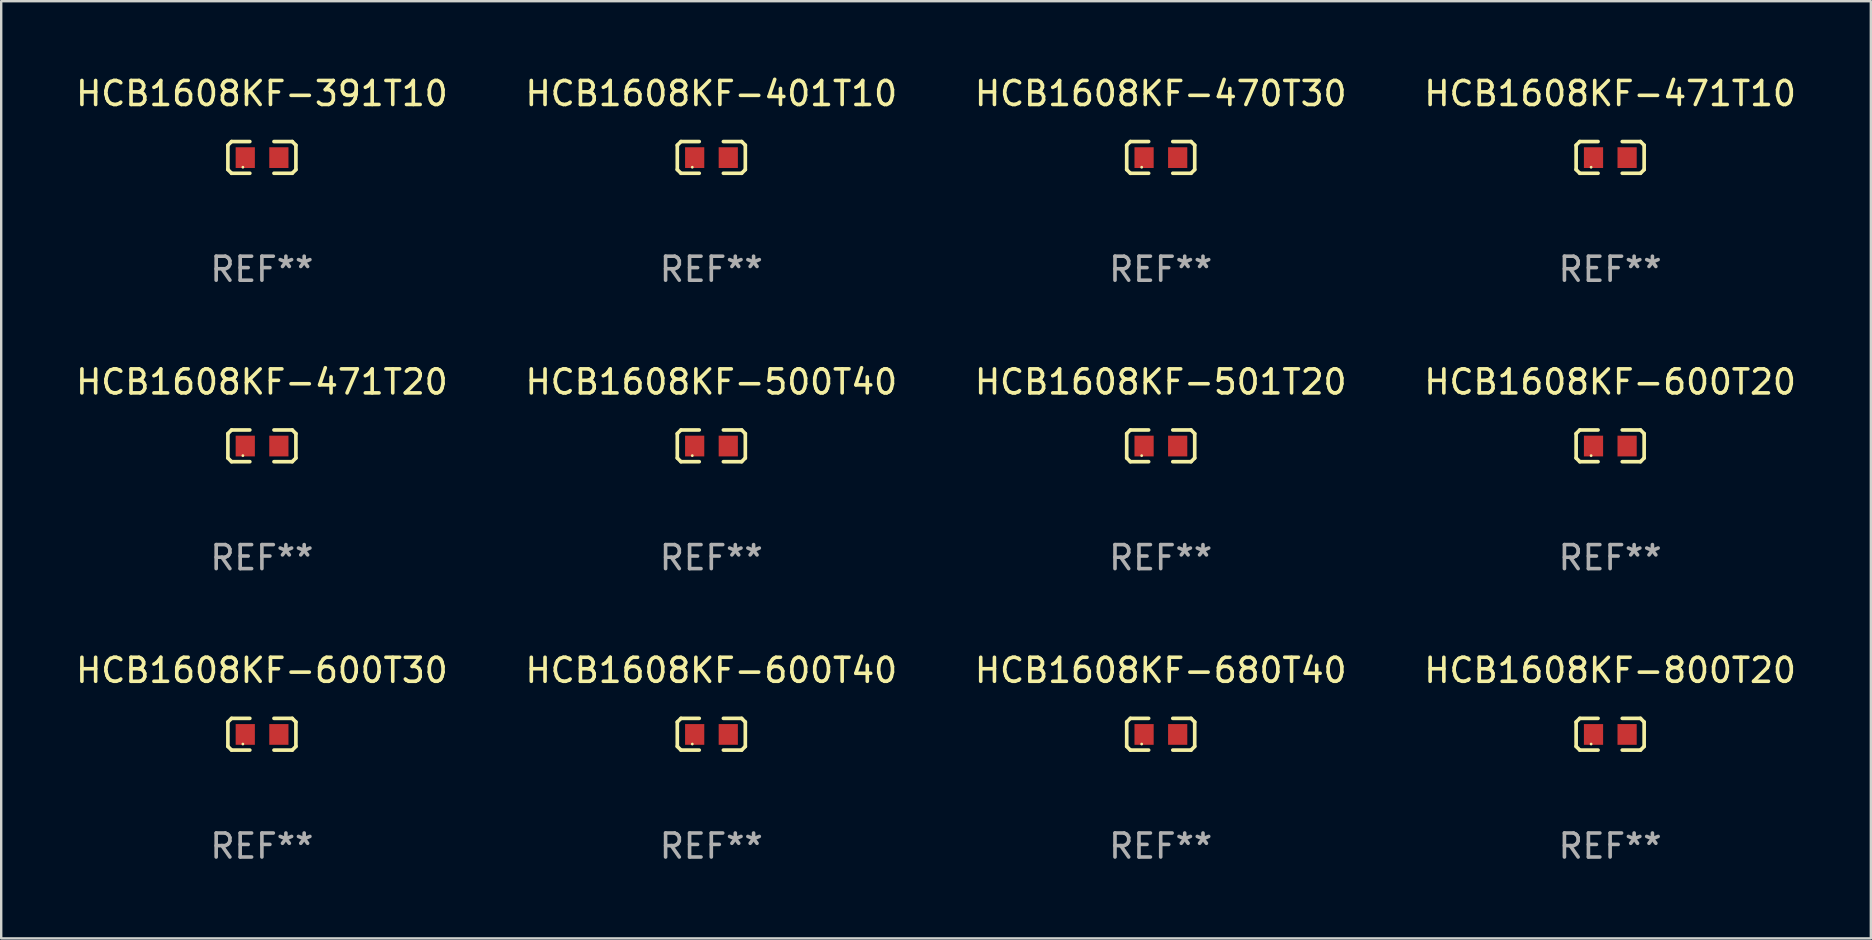
<source format=kicad_pcb>
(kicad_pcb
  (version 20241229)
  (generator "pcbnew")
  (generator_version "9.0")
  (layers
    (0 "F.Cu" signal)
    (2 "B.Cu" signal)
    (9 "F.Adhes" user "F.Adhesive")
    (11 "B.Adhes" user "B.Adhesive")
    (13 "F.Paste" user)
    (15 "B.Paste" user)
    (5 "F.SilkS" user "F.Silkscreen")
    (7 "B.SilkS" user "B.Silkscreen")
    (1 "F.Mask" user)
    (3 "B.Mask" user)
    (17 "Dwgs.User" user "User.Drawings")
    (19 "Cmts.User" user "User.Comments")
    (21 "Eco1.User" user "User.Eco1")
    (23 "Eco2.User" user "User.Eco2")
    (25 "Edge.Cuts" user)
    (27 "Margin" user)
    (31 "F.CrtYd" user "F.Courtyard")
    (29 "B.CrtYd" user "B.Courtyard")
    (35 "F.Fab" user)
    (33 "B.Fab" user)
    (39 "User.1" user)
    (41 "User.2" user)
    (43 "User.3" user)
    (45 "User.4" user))
  (footprint "HCB1608KF-471T20"
    (layer "F.Cu")
    (at 7.863 15.527)
    (property "Reference" "HCB1608KF-471T20" (at 0 -2.661 0) (layer "F.SilkS") (effects (font (size 1 1) (thickness 0.15))))
    (attr through_hole)
    (fp_line (start -1.417 -0.508) (end -1.265 -0.661) (stroke (width 0.152) (type solid)) (layer "F.SilkS"))
    (fp_line (start -1.417 0.508) (end -1.417 -0.508) (stroke (width 0.152) (type solid)) (layer "F.SilkS"))
    (fp_line (start -1.265 -0.661) (end -0.503 -0.661) (stroke (width 0.152) (type solid)) (layer "F.SilkS"))
    (fp_line (start -1.265 0.661) (end -1.417 0.508) (stroke (width 0.152) (type solid)) (layer "F.SilkS"))
    (fp_line (start -1.265 0.661) (end -0.503 0.661) (stroke (width 0.152) (type solid)) (layer "F.SilkS"))
    (fp_line (start 1.265 -0.661) (end 0.503 -0.661) (stroke (width 0.152) (type solid)) (layer "F.SilkS"))
    (fp_line (start 1.265 -0.661) (end 1.417 -0.508) (stroke (width 0.152) (type solid)) (layer "F.SilkS"))
    (fp_line (start 1.265 0.661) (end 0.503 0.661) (stroke (width 0.152) (type solid)) (layer "F.SilkS"))
    (fp_line (start 1.417 -0.508) (end 1.417 0.508) (stroke (width 0.152) (type solid)) (layer "F.SilkS"))
    (fp_line (start 1.417 0.508) (end 1.265 0.661) (stroke (width 0.152) (type solid)) (layer "F.SilkS"))
    (fp_circle (center -0.793 0.409) (end -0.763 0.409) (stroke (width 0.06) (type solid)) (fill no) (layer "F.SilkS"))
    (fp_text user "REF**" (at 0 4.661 0) (layer "F.Fab") (effects (font (size 1 1) (thickness 0.15))))
    (pad "1" smd rect (at -0.693 0.009 180) (size 0.8 0.864) (layers "F.Cu" "F.Mask" "F.Paste"))
    (pad "2" smd rect (at 0.707 0.009 180) (size 0.8 0.864) (layers "F.Cu" "F.Mask" "F.Paste")))
  (footprint "HCB1608KF-800T20"
    (layer "F.Cu")
    (at 64.042 27.544)
    (property "Reference" "HCB1608KF-800T20" (at 0 -2.661 0) (layer "F.SilkS") (effects (font (size 1 1) (thickness 0.15))))
    (attr through_hole)
    (fp_line (start -1.417 -0.508) (end -1.265 -0.661) (stroke (width 0.152) (type solid)) (layer "F.SilkS"))
    (fp_line (start -1.417 0.508) (end -1.417 -0.508) (stroke (width 0.152) (type solid)) (layer "F.SilkS"))
    (fp_line (start -1.265 -0.661) (end -0.503 -0.661) (stroke (width 0.152) (type solid)) (layer "F.SilkS"))
    (fp_line (start -1.265 0.661) (end -1.417 0.508) (stroke (width 0.152) (type solid)) (layer "F.SilkS"))
    (fp_line (start -1.265 0.661) (end -0.503 0.661) (stroke (width 0.152) (type solid)) (layer "F.SilkS"))
    (fp_line (start 1.265 -0.661) (end 0.503 -0.661) (stroke (width 0.152) (type solid)) (layer "F.SilkS"))
    (fp_line (start 1.265 -0.661) (end 1.417 -0.508) (stroke (width 0.152) (type solid)) (layer "F.SilkS"))
    (fp_line (start 1.265 0.661) (end 0.503 0.661) (stroke (width 0.152) (type solid)) (layer "F.SilkS"))
    (fp_line (start 1.417 -0.508) (end 1.417 0.508) (stroke (width 0.152) (type solid)) (layer "F.SilkS"))
    (fp_line (start 1.417 0.508) (end 1.265 0.661) (stroke (width 0.152) (type solid)) (layer "F.SilkS"))
    (fp_circle (center -0.793 0.409) (end -0.763 0.409) (stroke (width 0.06) (type solid)) (fill no) (layer "F.SilkS"))
    (fp_text user "REF**" (at 0 4.661 0) (layer "F.Fab") (effects (font (size 1 1) (thickness 0.15))))
    (pad "1" smd rect (at -0.693 0.009 180) (size 0.8 0.864) (layers "F.Cu" "F.Mask" "F.Paste"))
    (pad "2" smd rect (at 0.707 0.009 180) (size 0.8 0.864) (layers "F.Cu" "F.Mask" "F.Paste")))
  (footprint "HCB1608KF-680T40"
    (layer "F.Cu")
    (at 45.315 27.544)
    (property "Reference" "HCB1608KF-680T40" (at 0 -2.661 0) (layer "F.SilkS") (effects (font (size 1 1) (thickness 0.15))))
    (attr through_hole)
    (fp_line (start -1.417 -0.508) (end -1.265 -0.661) (stroke (width 0.152) (type solid)) (layer "F.SilkS"))
    (fp_line (start -1.417 0.508) (end -1.417 -0.508) (stroke (width 0.152) (type solid)) (layer "F.SilkS"))
    (fp_line (start -1.265 -0.661) (end -0.503 -0.661) (stroke (width 0.152) (type solid)) (layer "F.SilkS"))
    (fp_line (start -1.265 0.661) (end -1.417 0.508) (stroke (width 0.152) (type solid)) (layer "F.SilkS"))
    (fp_line (start -1.265 0.661) (end -0.503 0.661) (stroke (width 0.152) (type solid)) (layer "F.SilkS"))
    (fp_line (start 1.265 -0.661) (end 0.503 -0.661) (stroke (width 0.152) (type solid)) (layer "F.SilkS"))
    (fp_line (start 1.265 -0.661) (end 1.417 -0.508) (stroke (width 0.152) (type solid)) (layer "F.SilkS"))
    (fp_line (start 1.265 0.661) (end 0.503 0.661) (stroke (width 0.152) (type solid)) (layer "F.SilkS"))
    (fp_line (start 1.417 -0.508) (end 1.417 0.508) (stroke (width 0.152) (type solid)) (layer "F.SilkS"))
    (fp_line (start 1.417 0.508) (end 1.265 0.661) (stroke (width 0.152) (type solid)) (layer "F.SilkS"))
    (fp_circle (center -0.793 0.409) (end -0.763 0.409) (stroke (width 0.06) (type solid)) (fill no) (layer "F.SilkS"))
    (fp_text user "REF**" (at 0 4.661 0) (layer "F.Fab") (effects (font (size 1 1) (thickness 0.15))))
    (pad "1" smd rect (at -0.693 0.009 180) (size 0.8 0.864) (layers "F.Cu" "F.Mask" "F.Paste"))
    (pad "2" smd rect (at 0.707 0.009 180) (size 0.8 0.864) (layers "F.Cu" "F.Mask" "F.Paste")))
  (footprint "HCB1608KF-600T20"
    (layer "F.Cu")
    (at 64.042 15.527)
    (property "Reference" "HCB1608KF-600T20" (at 0 -2.661 0) (layer "F.SilkS") (effects (font (size 1 1) (thickness 0.15))))
    (attr through_hole)
    (fp_line (start -1.417 -0.508) (end -1.265 -0.661) (stroke (width 0.152) (type solid)) (layer "F.SilkS"))
    (fp_line (start -1.417 0.508) (end -1.417 -0.508) (stroke (width 0.152) (type solid)) (layer "F.SilkS"))
    (fp_line (start -1.265 -0.661) (end -0.503 -0.661) (stroke (width 0.152) (type solid)) (layer "F.SilkS"))
    (fp_line (start -1.265 0.661) (end -1.417 0.508) (stroke (width 0.152) (type solid)) (layer "F.SilkS"))
    (fp_line (start -1.265 0.661) (end -0.503 0.661) (stroke (width 0.152) (type solid)) (layer "F.SilkS"))
    (fp_line (start 1.265 -0.661) (end 0.503 -0.661) (stroke (width 0.152) (type solid)) (layer "F.SilkS"))
    (fp_line (start 1.265 -0.661) (end 1.417 -0.508) (stroke (width 0.152) (type solid)) (layer "F.SilkS"))
    (fp_line (start 1.265 0.661) (end 0.503 0.661) (stroke (width 0.152) (type solid)) (layer "F.SilkS"))
    (fp_line (start 1.417 -0.508) (end 1.417 0.508) (stroke (width 0.152) (type solid)) (layer "F.SilkS"))
    (fp_line (start 1.417 0.508) (end 1.265 0.661) (stroke (width 0.152) (type solid)) (layer "F.SilkS"))
    (fp_circle (center -0.793 0.409) (end -0.763 0.409) (stroke (width 0.06) (type solid)) (fill no) (layer "F.SilkS"))
    (fp_text user "REF**" (at 0 4.661 0) (layer "F.Fab") (effects (font (size 1 1) (thickness 0.15))))
    (pad "1" smd rect (at -0.693 0.009 180) (size 0.8 0.864) (layers "F.Cu" "F.Mask" "F.Paste"))
    (pad "2" smd rect (at 0.707 0.009 180) (size 0.8 0.864) (layers "F.Cu" "F.Mask" "F.Paste")))
  (footprint "HCB1608KF-470T30"
    (layer "F.Cu")
    (at 45.315 3.509)
    (property "Reference" "HCB1608KF-470T30" (at 0 -2.661 0) (layer "F.SilkS") (effects (font (size 1 1) (thickness 0.15))))
    (attr through_hole)
    (fp_line (start -1.417 -0.508) (end -1.265 -0.661) (stroke (width 0.152) (type solid)) (layer "F.SilkS"))
    (fp_line (start -1.417 0.508) (end -1.417 -0.508) (stroke (width 0.152) (type solid)) (layer "F.SilkS"))
    (fp_line (start -1.265 -0.661) (end -0.503 -0.661) (stroke (width 0.152) (type solid)) (layer "F.SilkS"))
    (fp_line (start -1.265 0.661) (end -1.417 0.508) (stroke (width 0.152) (type solid)) (layer "F.SilkS"))
    (fp_line (start -1.265 0.661) (end -0.503 0.661) (stroke (width 0.152) (type solid)) (layer "F.SilkS"))
    (fp_line (start 1.265 -0.661) (end 0.503 -0.661) (stroke (width 0.152) (type solid)) (layer "F.SilkS"))
    (fp_line (start 1.265 -0.661) (end 1.417 -0.508) (stroke (width 0.152) (type solid)) (layer "F.SilkS"))
    (fp_line (start 1.265 0.661) (end 0.503 0.661) (stroke (width 0.152) (type solid)) (layer "F.SilkS"))
    (fp_line (start 1.417 -0.508) (end 1.417 0.508) (stroke (width 0.152) (type solid)) (layer "F.SilkS"))
    (fp_line (start 1.417 0.508) (end 1.265 0.661) (stroke (width 0.152) (type solid)) (layer "F.SilkS"))
    (fp_circle (center -0.793 0.409) (end -0.763 0.409) (stroke (width 0.06) (type solid)) (fill no) (layer "F.SilkS"))
    (fp_text user "REF**" (at 0 4.661 0) (layer "F.Fab") (effects (font (size 1 1) (thickness 0.15))))
    (pad "1" smd rect (at -0.693 0.009 180) (size 0.8 0.864) (layers "F.Cu" "F.Mask" "F.Paste"))
    (pad "2" smd rect (at 0.707 0.009 180) (size 0.8 0.864) (layers "F.Cu" "F.Mask" "F.Paste")))
  (footprint "HCB1608KF-600T40"
    (layer "F.Cu")
    (at 26.589 27.544)
    (property "Reference" "HCB1608KF-600T40" (at 0 -2.661 0) (layer "F.SilkS") (effects (font (size 1 1) (thickness 0.15))))
    (attr through_hole)
    (fp_line (start -1.417 -0.508) (end -1.265 -0.661) (stroke (width 0.152) (type solid)) (layer "F.SilkS"))
    (fp_line (start -1.417 0.508) (end -1.417 -0.508) (stroke (width 0.152) (type solid)) (layer "F.SilkS"))
    (fp_line (start -1.265 -0.661) (end -0.503 -0.661) (stroke (width 0.152) (type solid)) (layer "F.SilkS"))
    (fp_line (start -1.265 0.661) (end -1.417 0.508) (stroke (width 0.152) (type solid)) (layer "F.SilkS"))
    (fp_line (start -1.265 0.661) (end -0.503 0.661) (stroke (width 0.152) (type solid)) (layer "F.SilkS"))
    (fp_line (start 1.265 -0.661) (end 0.503 -0.661) (stroke (width 0.152) (type solid)) (layer "F.SilkS"))
    (fp_line (start 1.265 -0.661) (end 1.417 -0.508) (stroke (width 0.152) (type solid)) (layer "F.SilkS"))
    (fp_line (start 1.265 0.661) (end 0.503 0.661) (stroke (width 0.152) (type solid)) (layer "F.SilkS"))
    (fp_line (start 1.417 -0.508) (end 1.417 0.508) (stroke (width 0.152) (type solid)) (layer "F.SilkS"))
    (fp_line (start 1.417 0.508) (end 1.265 0.661) (stroke (width 0.152) (type solid)) (layer "F.SilkS"))
    (fp_circle (center -0.793 0.409) (end -0.763 0.409) (stroke (width 0.06) (type solid)) (fill no) (layer "F.SilkS"))
    (fp_text user "REF**" (at 0 4.661 0) (layer "F.Fab") (effects (font (size 1 1) (thickness 0.15))))
    (pad "1" smd rect (at -0.693 0.009 180) (size 0.8 0.864) (layers "F.Cu" "F.Mask" "F.Paste"))
    (pad "2" smd rect (at 0.707 0.009 180) (size 0.8 0.864) (layers "F.Cu" "F.Mask" "F.Paste")))
  (footprint "HCB1608KF-500T40"
    (layer "F.Cu")
    (at 26.589 15.527)
    (property "Reference" "HCB1608KF-500T40" (at 0 -2.661 0) (layer "F.SilkS") (effects (font (size 1 1) (thickness 0.15))))
    (attr through_hole)
    (fp_line (start -1.417 -0.508) (end -1.265 -0.661) (stroke (width 0.152) (type solid)) (layer "F.SilkS"))
    (fp_line (start -1.417 0.508) (end -1.417 -0.508) (stroke (width 0.152) (type solid)) (layer "F.SilkS"))
    (fp_line (start -1.265 -0.661) (end -0.503 -0.661) (stroke (width 0.152) (type solid)) (layer "F.SilkS"))
    (fp_line (start -1.265 0.661) (end -1.417 0.508) (stroke (width 0.152) (type solid)) (layer "F.SilkS"))
    (fp_line (start -1.265 0.661) (end -0.503 0.661) (stroke (width 0.152) (type solid)) (layer "F.SilkS"))
    (fp_line (start 1.265 -0.661) (end 0.503 -0.661) (stroke (width 0.152) (type solid)) (layer "F.SilkS"))
    (fp_line (start 1.265 -0.661) (end 1.417 -0.508) (stroke (width 0.152) (type solid)) (layer "F.SilkS"))
    (fp_line (start 1.265 0.661) (end 0.503 0.661) (stroke (width 0.152) (type solid)) (layer "F.SilkS"))
    (fp_line (start 1.417 -0.508) (end 1.417 0.508) (stroke (width 0.152) (type solid)) (layer "F.SilkS"))
    (fp_line (start 1.417 0.508) (end 1.265 0.661) (stroke (width 0.152) (type solid)) (layer "F.SilkS"))
    (fp_circle (center -0.793 0.409) (end -0.763 0.409) (stroke (width 0.06) (type solid)) (fill no) (layer "F.SilkS"))
    (fp_text user "REF**" (at 0 4.661 0) (layer "F.Fab") (effects (font (size 1 1) (thickness 0.15))))
    (pad "1" smd rect (at -0.693 0.009 180) (size 0.8 0.864) (layers "F.Cu" "F.Mask" "F.Paste"))
    (pad "2" smd rect (at 0.707 0.009 180) (size 0.8 0.864) (layers "F.Cu" "F.Mask" "F.Paste")))
  (footprint "HCB1608KF-600T30"
    (layer "F.Cu")
    (at 7.863 27.544)
    (property "Reference" "HCB1608KF-600T30" (at 0 -2.661 0) (layer "F.SilkS") (effects (font (size 1 1) (thickness 0.15))))
    (attr through_hole)
    (fp_line (start -1.417 -0.508) (end -1.265 -0.661) (stroke (width 0.152) (type solid)) (layer "F.SilkS"))
    (fp_line (start -1.417 0.508) (end -1.417 -0.508) (stroke (width 0.152) (type solid)) (layer "F.SilkS"))
    (fp_line (start -1.265 -0.661) (end -0.503 -0.661) (stroke (width 0.152) (type solid)) (layer "F.SilkS"))
    (fp_line (start -1.265 0.661) (end -1.417 0.508) (stroke (width 0.152) (type solid)) (layer "F.SilkS"))
    (fp_line (start -1.265 0.661) (end -0.503 0.661) (stroke (width 0.152) (type solid)) (layer "F.SilkS"))
    (fp_line (start 1.265 -0.661) (end 0.503 -0.661) (stroke (width 0.152) (type solid)) (layer "F.SilkS"))
    (fp_line (start 1.265 -0.661) (end 1.417 -0.508) (stroke (width 0.152) (type solid)) (layer "F.SilkS"))
    (fp_line (start 1.265 0.661) (end 0.503 0.661) (stroke (width 0.152) (type solid)) (layer "F.SilkS"))
    (fp_line (start 1.417 -0.508) (end 1.417 0.508) (stroke (width 0.152) (type solid)) (layer "F.SilkS"))
    (fp_line (start 1.417 0.508) (end 1.265 0.661) (stroke (width 0.152) (type solid)) (layer "F.SilkS"))
    (fp_circle (center -0.793 0.409) (end -0.763 0.409) (stroke (width 0.06) (type solid)) (fill no) (layer "F.SilkS"))
    (fp_text user "REF**" (at 0 4.661 0) (layer "F.Fab") (effects (font (size 1 1) (thickness 0.15))))
    (pad "1" smd rect (at -0.693 0.009 180) (size 0.8 0.864) (layers "F.Cu" "F.Mask" "F.Paste"))
    (pad "2" smd rect (at 0.707 0.009 180) (size 0.8 0.864) (layers "F.Cu" "F.Mask" "F.Paste")))
  (footprint "HCB1608KF-471T10"
    (layer "F.Cu")
    (at 64.042 3.509)
    (property "Reference" "HCB1608KF-471T10" (at 0 -2.661 0) (layer "F.SilkS") (effects (font (size 1 1) (thickness 0.15))))
    (attr through_hole)
    (fp_line (start -1.417 -0.508) (end -1.265 -0.661) (stroke (width 0.152) (type solid)) (layer "F.SilkS"))
    (fp_line (start -1.417 0.508) (end -1.417 -0.508) (stroke (width 0.152) (type solid)) (layer "F.SilkS"))
    (fp_line (start -1.265 -0.661) (end -0.503 -0.661) (stroke (width 0.152) (type solid)) (layer "F.SilkS"))
    (fp_line (start -1.265 0.661) (end -1.417 0.508) (stroke (width 0.152) (type solid)) (layer "F.SilkS"))
    (fp_line (start -1.265 0.661) (end -0.503 0.661) (stroke (width 0.152) (type solid)) (layer "F.SilkS"))
    (fp_line (start 1.265 -0.661) (end 0.503 -0.661) (stroke (width 0.152) (type solid)) (layer "F.SilkS"))
    (fp_line (start 1.265 -0.661) (end 1.417 -0.508) (stroke (width 0.152) (type solid)) (layer "F.SilkS"))
    (fp_line (start 1.265 0.661) (end 0.503 0.661) (stroke (width 0.152) (type solid)) (layer "F.SilkS"))
    (fp_line (start 1.417 -0.508) (end 1.417 0.508) (stroke (width 0.152) (type solid)) (layer "F.SilkS"))
    (fp_line (start 1.417 0.508) (end 1.265 0.661) (stroke (width 0.152) (type solid)) (layer "F.SilkS"))
    (fp_circle (center -0.793 0.409) (end -0.763 0.409) (stroke (width 0.06) (type solid)) (fill no) (layer "F.SilkS"))
    (fp_text user "REF**" (at 0 4.661 0) (layer "F.Fab") (effects (font (size 1 1) (thickness 0.15))))
    (pad "1" smd rect (at -0.693 0.009 180) (size 0.8 0.864) (layers "F.Cu" "F.Mask" "F.Paste"))
    (pad "2" smd rect (at 0.707 0.009 180) (size 0.8 0.864) (layers "F.Cu" "F.Mask" "F.Paste")))
  (footprint "HCB1608KF-391T10"
    (layer "F.Cu")
    (at 7.863 3.509)
    (property "Reference" "HCB1608KF-391T10" (at 0 -2.661 0) (layer "F.SilkS") (effects (font (size 1 1) (thickness 0.15))))
    (attr through_hole)
    (fp_line (start -1.417 -0.508) (end -1.265 -0.661) (stroke (width 0.152) (type solid)) (layer "F.SilkS"))
    (fp_line (start -1.417 0.508) (end -1.417 -0.508) (stroke (width 0.152) (type solid)) (layer "F.SilkS"))
    (fp_line (start -1.265 -0.661) (end -0.503 -0.661) (stroke (width 0.152) (type solid)) (layer "F.SilkS"))
    (fp_line (start -1.265 0.661) (end -1.417 0.508) (stroke (width 0.152) (type solid)) (layer "F.SilkS"))
    (fp_line (start -1.265 0.661) (end -0.503 0.661) (stroke (width 0.152) (type solid)) (layer "F.SilkS"))
    (fp_line (start 1.265 -0.661) (end 0.503 -0.661) (stroke (width 0.152) (type solid)) (layer "F.SilkS"))
    (fp_line (start 1.265 -0.661) (end 1.417 -0.508) (stroke (width 0.152) (type solid)) (layer "F.SilkS"))
    (fp_line (start 1.265 0.661) (end 0.503 0.661) (stroke (width 0.152) (type solid)) (layer "F.SilkS"))
    (fp_line (start 1.417 -0.508) (end 1.417 0.508) (stroke (width 0.152) (type solid)) (layer "F.SilkS"))
    (fp_line (start 1.417 0.508) (end 1.265 0.661) (stroke (width 0.152) (type solid)) (layer "F.SilkS"))
    (fp_circle (center -0.793 0.409) (end -0.763 0.409) (stroke (width 0.06) (type solid)) (fill no) (layer "F.SilkS"))
    (fp_text user "REF**" (at 0 4.661 0) (layer "F.Fab") (effects (font (size 1 1) (thickness 0.15))))
    (pad "1" smd rect (at -0.693 0.009 180) (size 0.8 0.864) (layers "F.Cu" "F.Mask" "F.Paste"))
    (pad "2" smd rect (at 0.707 0.009 180) (size 0.8 0.864) (layers "F.Cu" "F.Mask" "F.Paste")))
  (footprint "HCB1608KF-501T20"
    (layer "F.Cu")
    (at 45.315 15.527)
    (property "Reference" "HCB1608KF-501T20" (at 0 -2.661 0) (layer "F.SilkS") (effects (font (size 1 1) (thickness 0.15))))
    (attr through_hole)
    (fp_line (start -1.417 -0.508) (end -1.265 -0.661) (stroke (width 0.152) (type solid)) (layer "F.SilkS"))
    (fp_line (start -1.417 0.508) (end -1.417 -0.508) (stroke (width 0.152) (type solid)) (layer "F.SilkS"))
    (fp_line (start -1.265 -0.661) (end -0.503 -0.661) (stroke (width 0.152) (type solid)) (layer "F.SilkS"))
    (fp_line (start -1.265 0.661) (end -1.417 0.508) (stroke (width 0.152) (type solid)) (layer "F.SilkS"))
    (fp_line (start -1.265 0.661) (end -0.503 0.661) (stroke (width 0.152) (type solid)) (layer "F.SilkS"))
    (fp_line (start 1.265 -0.661) (end 0.503 -0.661) (stroke (width 0.152) (type solid)) (layer "F.SilkS"))
    (fp_line (start 1.265 -0.661) (end 1.417 -0.508) (stroke (width 0.152) (type solid)) (layer "F.SilkS"))
    (fp_line (start 1.265 0.661) (end 0.503 0.661) (stroke (width 0.152) (type solid)) (layer "F.SilkS"))
    (fp_line (start 1.417 -0.508) (end 1.417 0.508) (stroke (width 0.152) (type solid)) (layer "F.SilkS"))
    (fp_line (start 1.417 0.508) (end 1.265 0.661) (stroke (width 0.152) (type solid)) (layer "F.SilkS"))
    (fp_circle (center -0.793 0.409) (end -0.763 0.409) (stroke (width 0.06) (type solid)) (fill no) (layer "F.SilkS"))
    (fp_text user "REF**" (at 0 4.661 0) (layer "F.Fab") (effects (font (size 1 1) (thickness 0.15))))
    (pad "1" smd rect (at -0.693 0.009 180) (size 0.8 0.864) (layers "F.Cu" "F.Mask" "F.Paste"))
    (pad "2" smd rect (at 0.707 0.009 180) (size 0.8 0.864) (layers "F.Cu" "F.Mask" "F.Paste")))
  (footprint "HCB1608KF-401T10"
    (layer "F.Cu")
    (at 26.589 3.509)
    (property "Reference" "HCB1608KF-401T10" (at 0 -2.661 0) (layer "F.SilkS") (effects (font (size 1 1) (thickness 0.15))))
    (attr through_hole)
    (fp_line (start -1.417 -0.508) (end -1.265 -0.661) (stroke (width 0.152) (type solid)) (layer "F.SilkS"))
    (fp_line (start -1.417 0.508) (end -1.417 -0.508) (stroke (width 0.152) (type solid)) (layer "F.SilkS"))
    (fp_line (start -1.265 -0.661) (end -0.503 -0.661) (stroke (width 0.152) (type solid)) (layer "F.SilkS"))
    (fp_line (start -1.265 0.661) (end -1.417 0.508) (stroke (width 0.152) (type solid)) (layer "F.SilkS"))
    (fp_line (start -1.265 0.661) (end -0.503 0.661) (stroke (width 0.152) (type solid)) (layer "F.SilkS"))
    (fp_line (start 1.265 -0.661) (end 0.503 -0.661) (stroke (width 0.152) (type solid)) (layer "F.SilkS"))
    (fp_line (start 1.265 -0.661) (end 1.417 -0.508) (stroke (width 0.152) (type solid)) (layer "F.SilkS"))
    (fp_line (start 1.265 0.661) (end 0.503 0.661) (stroke (width 0.152) (type solid)) (layer "F.SilkS"))
    (fp_line (start 1.417 -0.508) (end 1.417 0.508) (stroke (width 0.152) (type solid)) (layer "F.SilkS"))
    (fp_line (start 1.417 0.508) (end 1.265 0.661) (stroke (width 0.152) (type solid)) (layer "F.SilkS"))
    (fp_circle (center -0.793 0.409) (end -0.763 0.409) (stroke (width 0.06) (type solid)) (fill no) (layer "F.SilkS"))
    (fp_text user "REF**" (at 0 4.661 0) (layer "F.Fab") (effects (font (size 1 1) (thickness 0.15))))
    (pad "1" smd rect (at -0.693 0.009 180) (size 0.8 0.864) (layers "F.Cu" "F.Mask" "F.Paste"))
    (pad "2" smd rect (at 0.707 0.009 180) (size 0.8 0.864) (layers "F.Cu" "F.Mask" "F.Paste")))
  (gr_rect
    (start -3 -3)
    (end 74.905 36.053)
    (stroke (width 0.1) (type default))
    (fill no)
    (layer "Edge.Cuts")))
</source>
